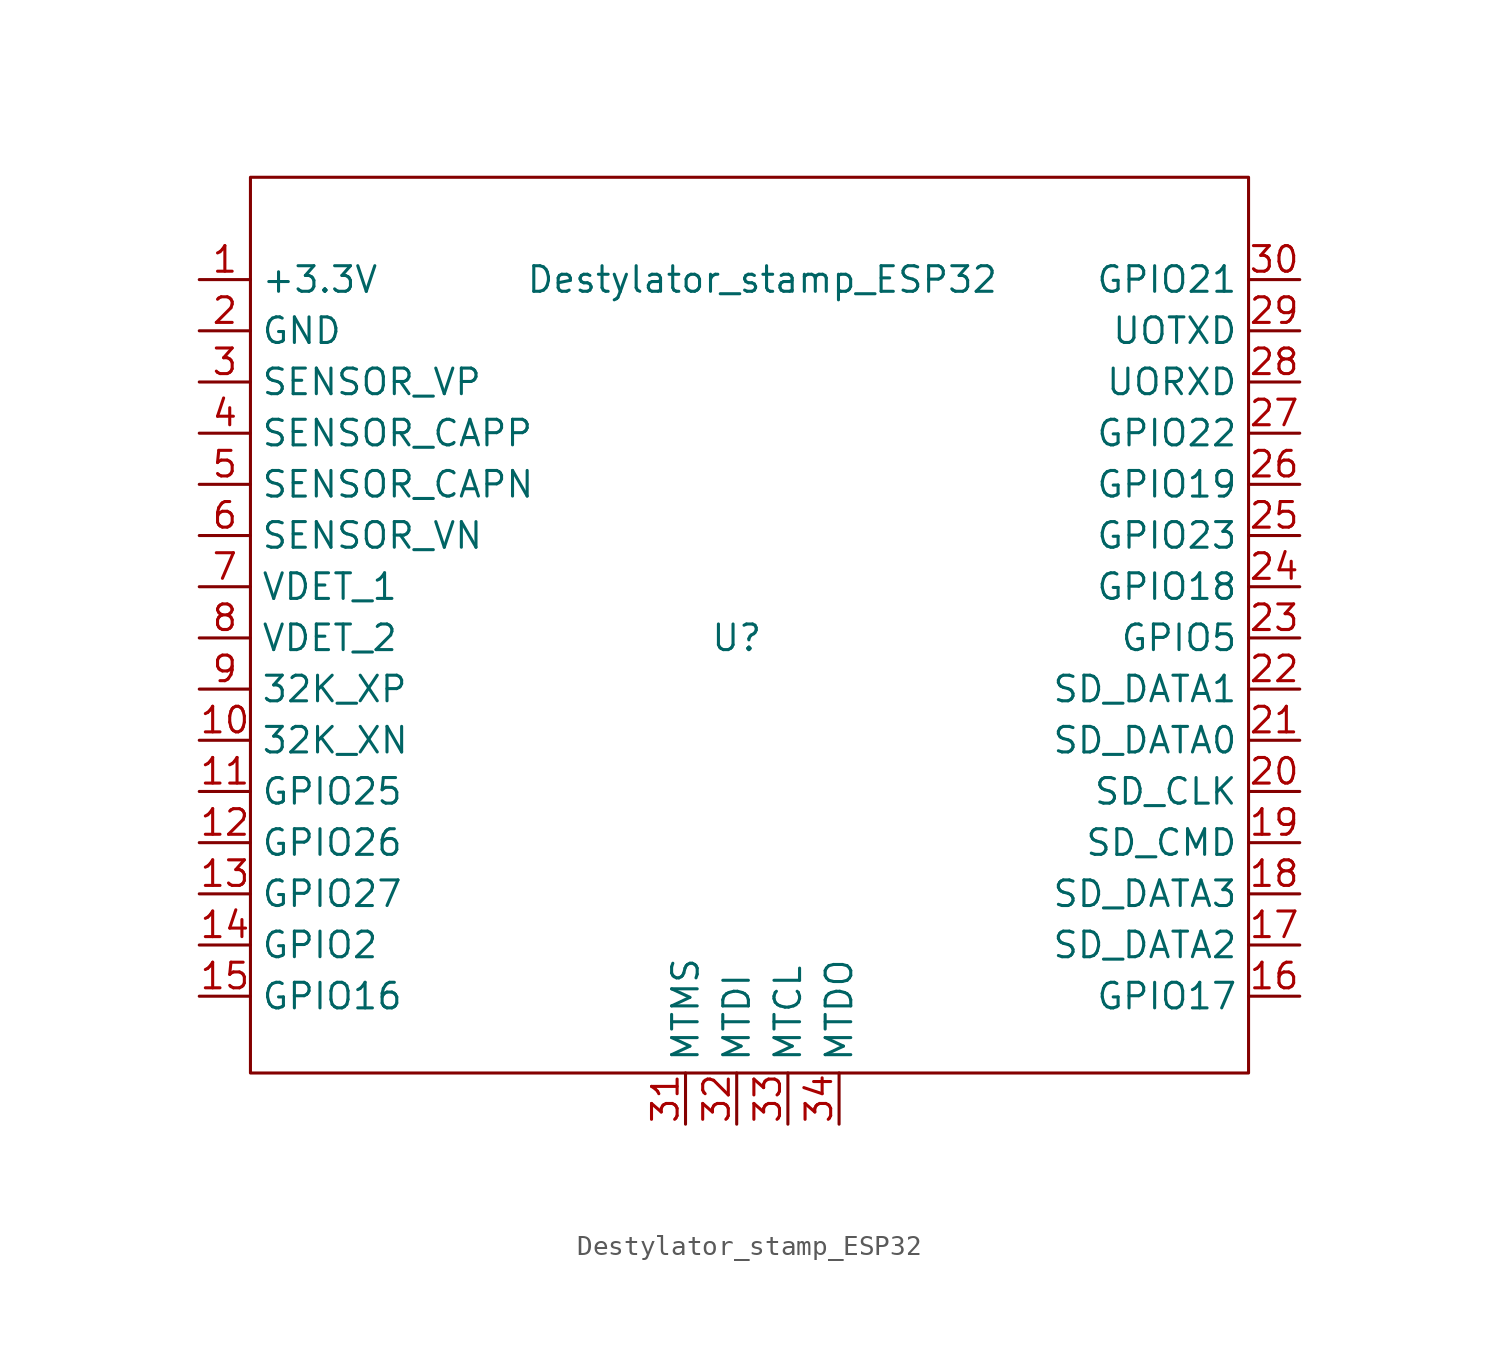
<source format=kicad_sym>
(kicad_symbol_lib
  (version 20211014)
  (generator kicad_symbol_editor)
  (symbol "Destylator_stamp_ESP32"
    (property "Reference" "U"
      (at 10.16 -26.67 0)
      (effects (font (size 1.27 1.27))))
    (property "Value" "Destylator_stamp_ESP32"
      (at 11.43 -8.89 0)
      (effects (font (size 1.27 1.27))))
    (symbol "Destylator_stamp_ESP32_0_1"
      (rectangle (start -13.97 -3.81) (end 35.56 -48.26) (stroke (width 0.152) (type default) (color 0 0 0 0)) (fill (type none))))
    (symbol "Destylator_stamp_ESP32_1_1"
      (pin power_in line (at -16.51 -8.89 0) (length 2.54) (name "+3.3V" (effects (font (size 1.27 1.27)))) (number "1" (effects (font (size 1.27 1.27)))))
      (pin bidirectional line (at -16.51 -31.75 0) (length 2.54) (name "32K_XN" (effects (font (size 1.27 1.27)))) (number "10" (effects (font (size 1.27 1.27)))))
      (pin bidirectional line (at -16.51 -34.29 0) (length 2.54) (name "GPIO25" (effects (font (size 1.27 1.27)))) (number "11" (effects (font (size 1.27 1.27)))))
      (pin bidirectional line (at -16.51 -36.83 0) (length 2.54) (name "GPIO26" (effects (font (size 1.27 1.27)))) (number "12" (effects (font (size 1.27 1.27)))))
      (pin bidirectional line (at -16.51 -39.37 0) (length 2.54) (name "GPIO27" (effects (font (size 1.27 1.27)))) (number "13" (effects (font (size 1.27 1.27)))))
      (pin bidirectional line (at -16.51 -41.91 0) (length 2.54) (name "GPIO2" (effects (font (size 1.27 1.27)))) (number "14" (effects (font (size 1.27 1.27)))))
      (pin bidirectional line (at -16.51 -44.45 0) (length 2.54) (name "GPIO16" (effects (font (size 1.27 1.27)))) (number "15" (effects (font (size 1.27 1.27)))))
      (pin bidirectional line (at 38.1 -44.45 180) (length 2.54) (name "GPIO17" (effects (font (size 1.27 1.27)))) (number "16" (effects (font (size 1.27 1.27)))))
      (pin bidirectional line (at 38.1 -41.91 180) (length 2.54) (name "SD_DATA2" (effects (font (size 1.27 1.27)))) (number "17" (effects (font (size 1.27 1.27)))))
      (pin bidirectional line (at 38.1 -39.37 180) (length 2.54) (name "SD_DATA3" (effects (font (size 1.27 1.27)))) (number "18" (effects (font (size 1.27 1.27)))))
      (pin bidirectional line (at 38.1 -36.83 180) (length 2.54) (name "SD_CMD" (effects (font (size 1.27 1.27)))) (number "19" (effects (font (size 1.27 1.27)))))
      (pin power_out line (at -16.51 -11.43 0) (length 2.54) (name "GND" (effects (font (size 1.27 1.27)))) (number "2" (effects (font (size 1.27 1.27)))))
      (pin bidirectional line (at 38.1 -34.29 180) (length 2.54) (name "SD_CLK" (effects (font (size 1.27 1.27)))) (number "20" (effects (font (size 1.27 1.27)))))
      (pin bidirectional line (at 38.1 -31.75 180) (length 2.54) (name "SD_DATA0" (effects (font (size 1.27 1.27)))) (number "21" (effects (font (size 1.27 1.27)))))
      (pin bidirectional line (at 38.1 -29.21 180) (length 2.54) (name "SD_DATA1" (effects (font (size 1.27 1.27)))) (number "22" (effects (font (size 1.27 1.27)))))
      (pin bidirectional line (at 38.1 -26.67 180) (length 2.54) (name "GPIO5" (effects (font (size 1.27 1.27)))) (number "23" (effects (font (size 1.27 1.27)))))
      (pin bidirectional line (at 38.1 -24.13 180) (length 2.54) (name "GPIO18" (effects (font (size 1.27 1.27)))) (number "24" (effects (font (size 1.27 1.27)))))
      (pin bidirectional line (at 38.1 -21.59 180) (length 2.54) (name "GPIO23" (effects (font (size 1.27 1.27)))) (number "25" (effects (font (size 1.27 1.27)))))
      (pin bidirectional line (at 38.1 -19.05 180) (length 2.54) (name "GPIO19" (effects (font (size 1.27 1.27)))) (number "26" (effects (font (size 1.27 1.27)))))
      (pin bidirectional line (at 38.1 -16.51 180) (length 2.54) (name "GPIO22" (effects (font (size 1.27 1.27)))) (number "27" (effects (font (size 1.27 1.27)))))
      (pin bidirectional line (at 38.1 -13.97 180) (length 2.54) (name "UORXD" (effects (font (size 1.27 1.27)))) (number "28" (effects (font (size 1.27 1.27)))))
      (pin bidirectional line (at 38.1 -11.43 180) (length 2.54) (name "UOTXD" (effects (font (size 1.27 1.27)))) (number "29" (effects (font (size 1.27 1.27)))))
      (pin bidirectional line (at -16.51 -13.97 0) (length 2.54) (name "SENSOR_VP" (effects (font (size 1.27 1.27)))) (number "3" (effects (font (size 1.27 1.27)))))
      (pin bidirectional line (at 38.1 -8.89 180) (length 2.54) (name "GPIO21" (effects (font (size 1.27 1.27)))) (number "30" (effects (font (size 1.27 1.27)))))
      (pin bidirectional line (at 7.62 -50.8 90) (length 2.54) (name "MTMS" (effects (font (size 1.27 1.27)))) (number "31" (effects (font (size 1.27 1.27)))))
      (pin bidirectional line (at 10.16 -50.8 90) (length 2.54) (name "MTDI" (effects (font (size 1.27 1.27)))) (number "32" (effects (font (size 1.27 1.27)))))
      (pin bidirectional line (at 12.7 -50.8 90) (length 2.54) (name "MTCL" (effects (font (size 1.27 1.27)))) (number "33" (effects (font (size 1.27 1.27)))))
      (pin bidirectional line (at 15.24 -50.8 90) (length 2.54) (name "MTDO" (effects (font (size 1.27 1.27)))) (number "34" (effects (font (size 1.27 1.27)))))
      (pin bidirectional line (at -16.51 -16.51 0) (length 2.54) (name "SENSOR_CAPP" (effects (font (size 1.27 1.27)))) (number "4" (effects (font (size 1.27 1.27)))))
      (pin bidirectional line (at -16.51 -19.05 0) (length 2.54) (name "SENSOR_CAPN" (effects (font (size 1.27 1.27)))) (number "5" (effects (font (size 1.27 1.27)))))
      (pin bidirectional line (at -16.51 -21.59 0) (length 2.54) (name "SENSOR_VN" (effects (font (size 1.27 1.27)))) (number "6" (effects (font (size 1.27 1.27)))))
      (pin bidirectional line (at -16.51 -24.13 0) (length 2.54) (name "VDET_1" (effects (font (size 1.27 1.27)))) (number "7" (effects (font (size 1.27 1.27)))))
      (pin bidirectional line (at -16.51 -26.67 0) (length 2.54) (name "VDET_2" (effects (font (size 1.27 1.27)))) (number "8" (effects (font (size 1.27 1.27)))))
      (pin bidirectional line (at -16.51 -29.21 0) (length 2.54) (name "32K_XP" (effects (font (size 1.27 1.27)))) (number "9" (effects (font (size 1.27 1.27))))))))
</source>
